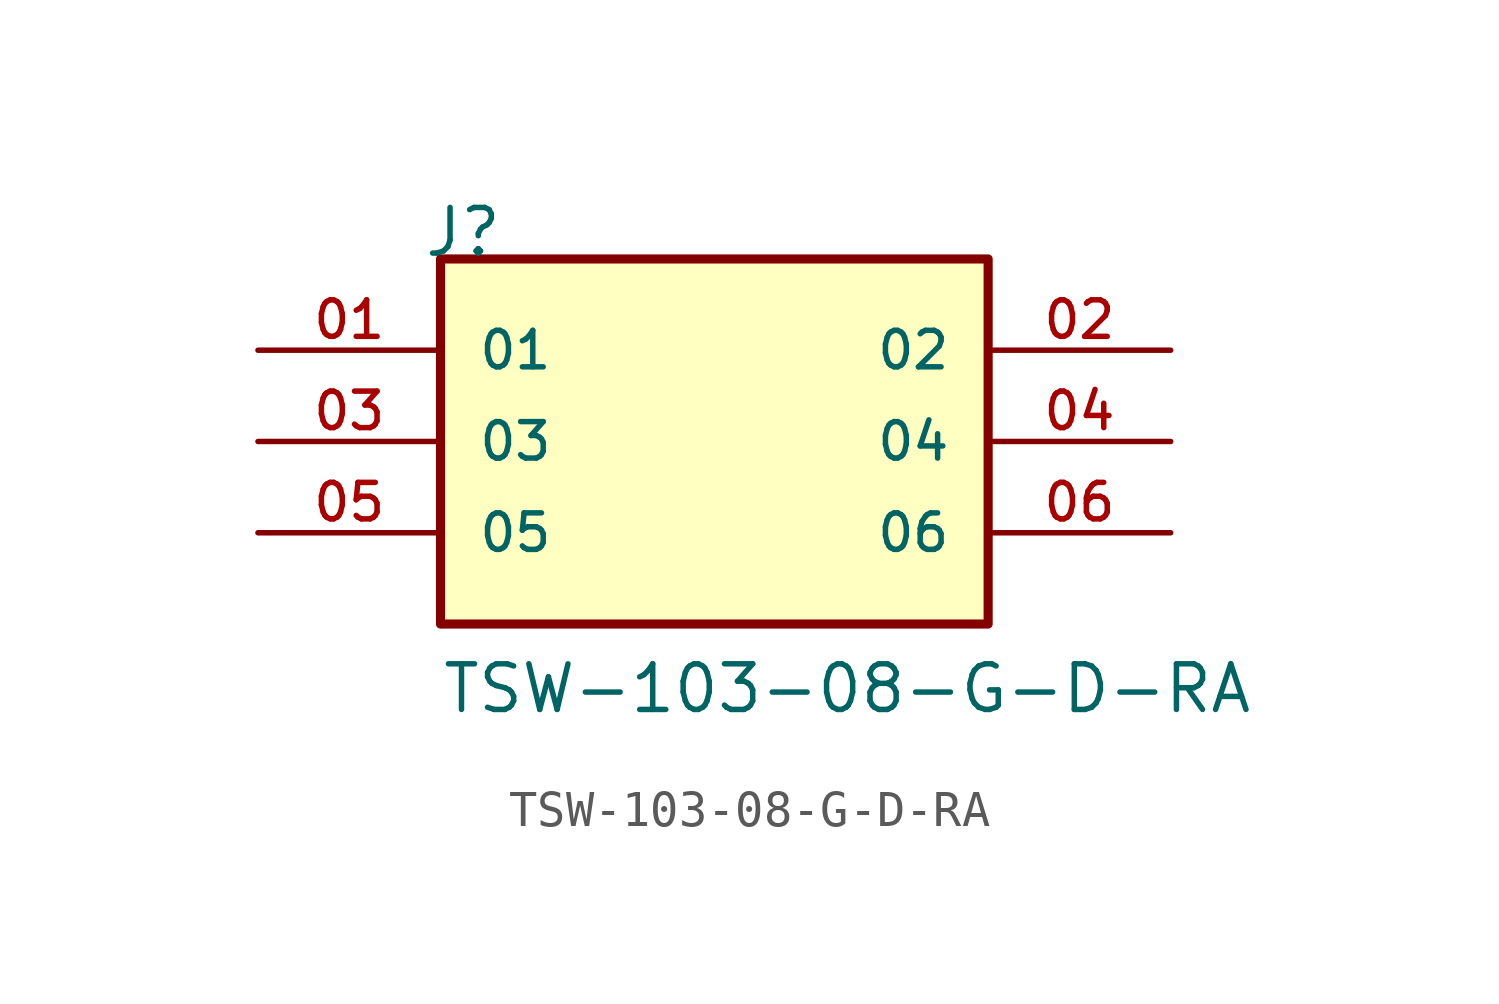
<source format=kicad_sym>
(kicad_symbol_lib
  (version 20211014)
  (generator kicad_symbol_editor)
  (symbol "TSW-103-08-G-D-RA"
    (pin_names
      (offset 1.016))
    (property "Reference" "J"
      (at -8.12 5.08 0)
      (effects (font (size 1.27 1.27)) (justify bottom left)))
    (property "Value" "TSW-103-08-G-D-RA"
      (at -7.62 -7.62 0)
      (effects (font (size 1.27 1.27)) (justify bottom left)))
    (symbol "TSW-103-08-G-D-RA_0_0"
      (rectangle (start -7.62 -5.08) (end 7.62 5.08) (stroke (width 0.254)) (fill (type background)))
      (pin passive line (at -12.7 2.54 0) (length 5.08) (name "01" (effects (font (size 1.016 1.016)))) (number "01" (effects (font (size 1.016 1.016)))))
      (pin passive line (at 12.7 2.54 180.0) (length 5.08) (name "02" (effects (font (size 1.016 1.016)))) (number "02" (effects (font (size 1.016 1.016)))))
      (pin passive line (at -12.7 0.0 0) (length 5.08) (name "03" (effects (font (size 1.016 1.016)))) (number "03" (effects (font (size 1.016 1.016)))))
      (pin passive line (at 12.7 0.0 180.0) (length 5.08) (name "04" (effects (font (size 1.016 1.016)))) (number "04" (effects (font (size 1.016 1.016)))))
      (pin passive line (at -12.7 -2.54 0) (length 5.08) (name "05" (effects (font (size 1.016 1.016)))) (number "05" (effects (font (size 1.016 1.016)))))
      (pin passive line (at 12.7 -2.54 180.0) (length 5.08) (name "06" (effects (font (size 1.016 1.016)))) (number "06" (effects (font (size 1.016 1.016))))))))
</source>
